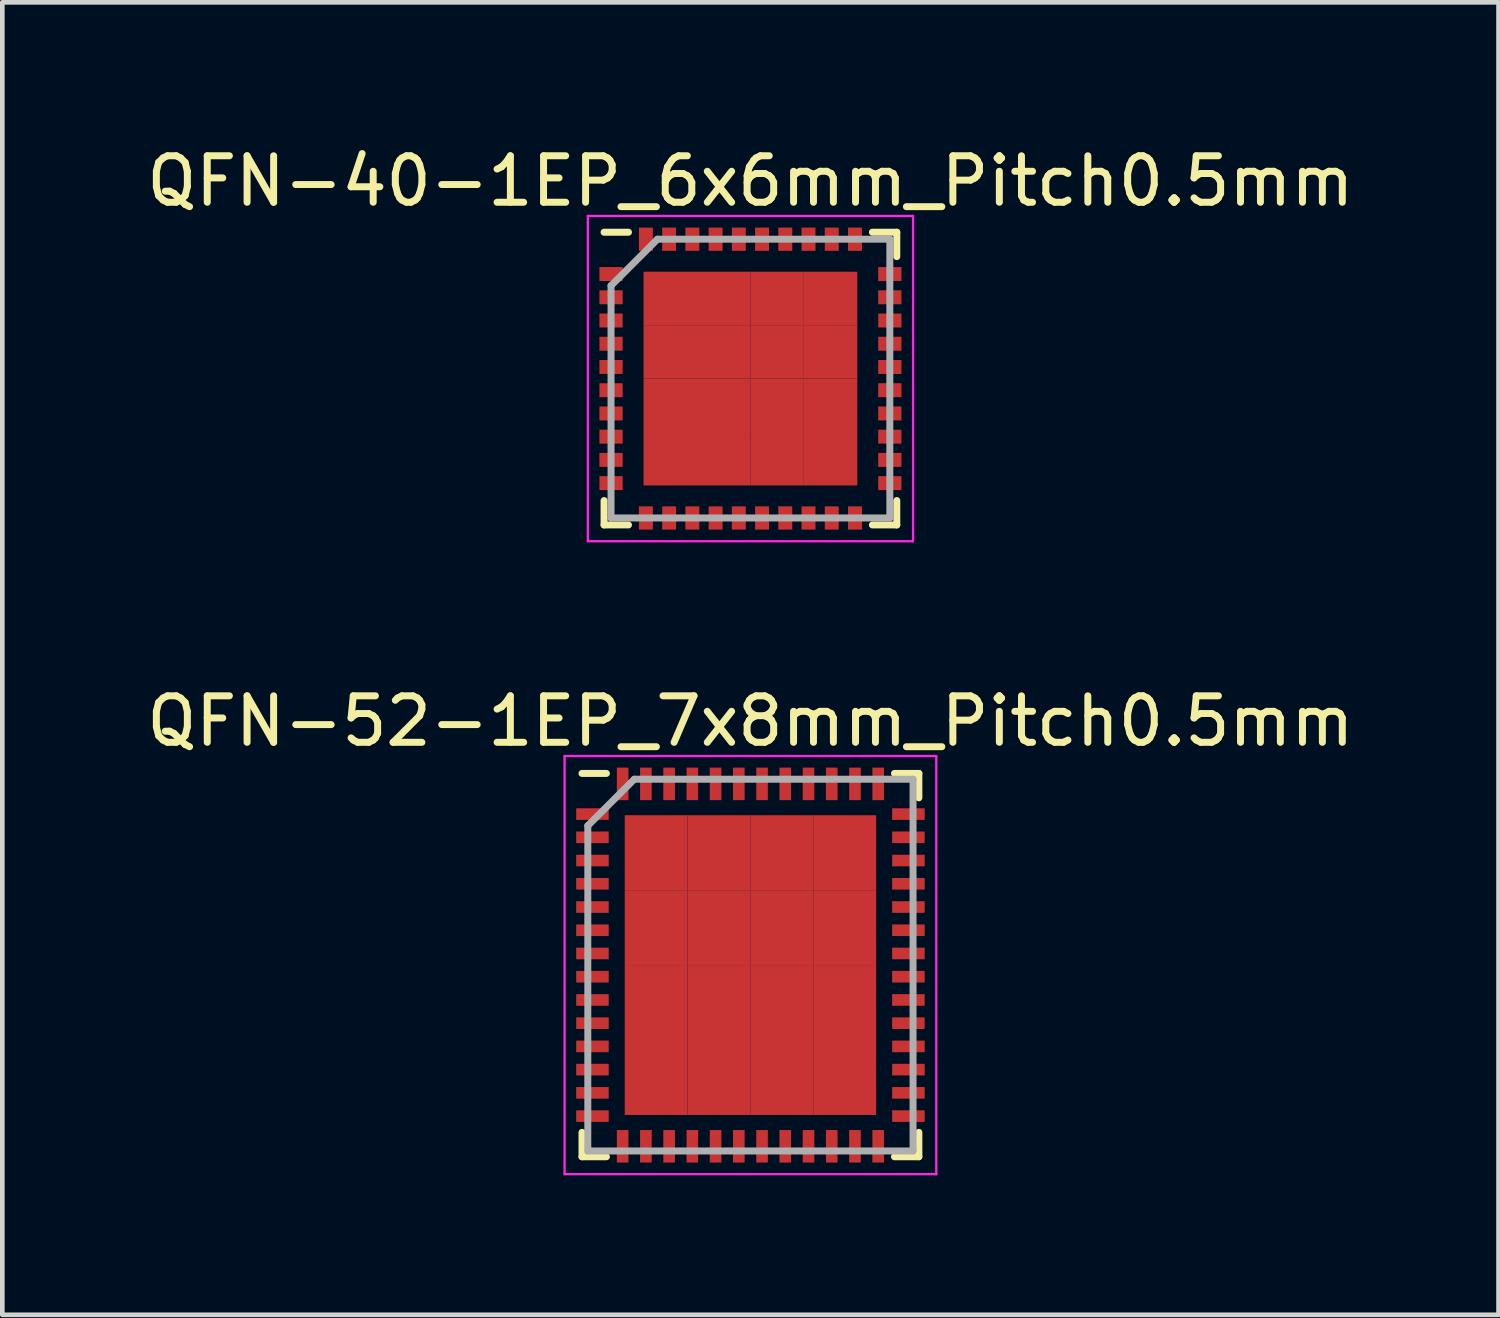
<source format=kicad_pcb>
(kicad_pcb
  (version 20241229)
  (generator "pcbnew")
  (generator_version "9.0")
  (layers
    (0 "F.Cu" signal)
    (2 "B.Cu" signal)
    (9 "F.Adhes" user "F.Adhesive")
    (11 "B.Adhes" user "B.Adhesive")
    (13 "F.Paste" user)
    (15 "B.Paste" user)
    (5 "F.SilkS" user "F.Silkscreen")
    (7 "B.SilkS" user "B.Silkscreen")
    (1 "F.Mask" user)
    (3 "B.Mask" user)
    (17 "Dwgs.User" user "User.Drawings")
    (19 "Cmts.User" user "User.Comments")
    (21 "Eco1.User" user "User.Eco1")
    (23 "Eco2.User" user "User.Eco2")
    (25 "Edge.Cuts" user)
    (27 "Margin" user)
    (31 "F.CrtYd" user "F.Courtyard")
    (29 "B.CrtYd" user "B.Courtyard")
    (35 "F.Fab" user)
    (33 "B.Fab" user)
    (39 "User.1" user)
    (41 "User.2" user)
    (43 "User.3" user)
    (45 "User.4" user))
  (footprint "QFN-52-1EP_7x8mm_Pitch0.5mm"
    (layer "F.Cu")
    (at 13.101 17.721)
    (property "Reference" "QFN-52-1EP_7x8mm_Pitch0.5mm" (at 0 -5.25 0) (layer "F.SilkS") (effects (font (size 1 1) (thickness 0.15))))
    (attr smd)
    (fp_line (start -3.625 -4.125) (end -3.1 -4.125) (stroke (width 0.15) (type solid)) (layer "F.SilkS"))
    (fp_line (start -3.625 4.125) (end -3.625 3.6) (stroke (width 0.15) (type solid)) (layer "F.SilkS"))
    (fp_line (start -3.625 4.125) (end -3.1 4.125) (stroke (width 0.15) (type solid)) (layer "F.SilkS"))
    (fp_line (start 3.625 -4.125) (end 3.1 -4.125) (stroke (width 0.15) (type solid)) (layer "F.SilkS"))
    (fp_line (start 3.625 -4.125) (end 3.625 -3.6) (stroke (width 0.15) (type solid)) (layer "F.SilkS"))
    (fp_line (start 3.625 4.125) (end 3.1 4.125) (stroke (width 0.15) (type solid)) (layer "F.SilkS"))
    (fp_line (start 3.625 4.125) (end 3.625 3.6) (stroke (width 0.15) (type solid)) (layer "F.SilkS"))
    (fp_line (start -4 -4.5) (end -4 4.5) (stroke (width 0.05) (type solid)) (layer "F.CrtYd"))
    (fp_line (start -4 -4.5) (end 4 -4.5) (stroke (width 0.05) (type solid)) (layer "F.CrtYd"))
    (fp_line (start -4 4.5) (end 4 4.5) (stroke (width 0.05) (type solid)) (layer "F.CrtYd"))
    (fp_line (start 4 -4.5) (end 4 4.5) (stroke (width 0.05) (type solid)) (layer "F.CrtYd"))
    (fp_line (start -3.5 -3) (end -2.5 -4) (stroke (width 0.15) (type solid)) (layer "F.Fab"))
    (fp_line (start -3.5 4) (end -3.5 -3) (stroke (width 0.15) (type solid)) (layer "F.Fab"))
    (fp_line (start -2.5 -4) (end 3.5 -4) (stroke (width 0.15) (type solid)) (layer "F.Fab"))
    (fp_line (start 3.5 -4) (end 3.5 4) (stroke (width 0.15) (type solid)) (layer "F.Fab"))
    (fp_line (start 3.5 4) (end -3.5 4) (stroke (width 0.15) (type solid)) (layer "F.Fab"))
    (pad "1" smd rect (at -3.4 -3.25) (size 0.7 0.25) (layers "F.Cu" "F.Mask" "F.Paste"))
    (pad "2" smd rect (at -3.4 -2.75) (size 0.7 0.25) (layers "F.Cu" "F.Mask" "F.Paste"))
    (pad "3" smd rect (at -3.4 -2.25) (size 0.7 0.25) (layers "F.Cu" "F.Mask" "F.Paste"))
    (pad "4" smd rect (at -3.4 -1.75) (size 0.7 0.25) (layers "F.Cu" "F.Mask" "F.Paste"))
    (pad "5" smd rect (at -3.4 -1.25) (size 0.7 0.25) (layers "F.Cu" "F.Mask" "F.Paste"))
    (pad "6" smd rect (at -3.4 -0.75) (size 0.7 0.25) (layers "F.Cu" "F.Mask" "F.Paste"))
    (pad "7" smd rect (at -3.4 -0.25) (size 0.7 0.25) (layers "F.Cu" "F.Mask" "F.Paste"))
    (pad "8" smd rect (at -3.4 0.25) (size 0.7 0.25) (layers "F.Cu" "F.Mask" "F.Paste"))
    (pad "9" smd rect (at -3.4 0.75) (size 0.7 0.25) (layers "F.Cu" "F.Mask" "F.Paste"))
    (pad "10" smd rect (at -3.4 1.25) (size 0.7 0.25) (layers "F.Cu" "F.Mask" "F.Paste"))
    (pad "11" smd rect (at -3.4 1.75) (size 0.7 0.25) (layers "F.Cu" "F.Mask" "F.Paste"))
    (pad "12" smd rect (at -3.4 2.25) (size 0.7 0.25) (layers "F.Cu" "F.Mask" "F.Paste"))
    (pad "13" smd rect (at -3.4 2.75) (size 0.7 0.25) (layers "F.Cu" "F.Mask" "F.Paste"))
    (pad "14" smd rect (at -3.4 3.25) (size 0.7 0.25) (layers "F.Cu" "F.Mask" "F.Paste"))
    (pad "15" smd rect (at -2.75 3.9 90) (size 0.7 0.25) (layers "F.Cu" "F.Mask" "F.Paste"))
    (pad "16" smd rect (at -2.25 3.9 90) (size 0.7 0.25) (layers "F.Cu" "F.Mask" "F.Paste"))
    (pad "17" smd rect (at -1.75 3.9 90) (size 0.7 0.25) (layers "F.Cu" "F.Mask" "F.Paste"))
    (pad "18" smd rect (at -1.25 3.9 90) (size 0.7 0.25) (layers "F.Cu" "F.Mask" "F.Paste"))
    (pad "19" smd rect (at -0.75 3.9 90) (size 0.7 0.25) (layers "F.Cu" "F.Mask" "F.Paste"))
    (pad "20" smd rect (at -0.25 3.9 90) (size 0.7 0.25) (layers "F.Cu" "F.Mask" "F.Paste"))
    (pad "21" smd rect (at 0.25 3.9 90) (size 0.7 0.25) (layers "F.Cu" "F.Mask" "F.Paste"))
    (pad "22" smd rect (at 0.75 3.9 90) (size 0.7 0.25) (layers "F.Cu" "F.Mask" "F.Paste"))
    (pad "23" smd rect (at 1.25 3.9 90) (size 0.7 0.25) (layers "F.Cu" "F.Mask" "F.Paste"))
    (pad "24" smd rect (at 1.75 3.9 90) (size 0.7 0.25) (layers "F.Cu" "F.Mask" "F.Paste"))
    (pad "25" smd rect (at 2.25 3.9 90) (size 0.7 0.25) (layers "F.Cu" "F.Mask" "F.Paste"))
    (pad "26" smd rect (at 2.75 3.9 90) (size 0.7 0.25) (layers "F.Cu" "F.Mask" "F.Paste"))
    (pad "27" smd rect (at 3.4 3.25) (size 0.7 0.25) (layers "F.Cu" "F.Mask" "F.Paste"))
    (pad "28" smd rect (at 3.4 2.75) (size 0.7 0.25) (layers "F.Cu" "F.Mask" "F.Paste"))
    (pad "29" smd rect (at 3.4 2.25) (size 0.7 0.25) (layers "F.Cu" "F.Mask" "F.Paste"))
    (pad "30" smd rect (at 3.4 1.75) (size 0.7 0.25) (layers "F.Cu" "F.Mask" "F.Paste"))
    (pad "31" smd rect (at 3.4 1.25) (size 0.7 0.25) (layers "F.Cu" "F.Mask" "F.Paste"))
    (pad "32" smd rect (at 3.4 0.75) (size 0.7 0.25) (layers "F.Cu" "F.Mask" "F.Paste"))
    (pad "33" smd rect (at 3.4 0.25) (size 0.7 0.25) (layers "F.Cu" "F.Mask" "F.Paste"))
    (pad "34" smd rect (at 3.4 -0.25) (size 0.7 0.25) (layers "F.Cu" "F.Mask" "F.Paste"))
    (pad "35" smd rect (at 3.4 -0.75) (size 0.7 0.25) (layers "F.Cu" "F.Mask" "F.Paste"))
    (pad "36" smd rect (at 3.4 -1.25) (size 0.7 0.25) (layers "F.Cu" "F.Mask" "F.Paste"))
    (pad "37" smd rect (at 3.4 -1.75) (size 0.7 0.25) (layers "F.Cu" "F.Mask" "F.Paste"))
    (pad "38" smd rect (at 3.4 -2.25) (size 0.7 0.25) (layers "F.Cu" "F.Mask" "F.Paste"))
    (pad "39" smd rect (at 3.4 -2.75) (size 0.7 0.25) (layers "F.Cu" "F.Mask" "F.Paste"))
    (pad "40" smd rect (at 3.4 -3.25) (size 0.7 0.25) (layers "F.Cu" "F.Mask" "F.Paste"))
    (pad "41" smd rect (at 2.75 -3.9 90) (size 0.7 0.25) (layers "F.Cu" "F.Mask" "F.Paste"))
    (pad "42" smd rect (at 2.25 -3.9 90) (size 0.7 0.25) (layers "F.Cu" "F.Mask" "F.Paste"))
    (pad "43" smd rect (at 1.75 -3.9 90) (size 0.7 0.25) (layers "F.Cu" "F.Mask" "F.Paste"))
    (pad "44" smd rect (at 1.25 -3.9 90) (size 0.7 0.25) (layers "F.Cu" "F.Mask" "F.Paste"))
    (pad "45" smd rect (at 0.75 -3.9 90) (size 0.7 0.25) (layers "F.Cu" "F.Mask" "F.Paste"))
    (pad "46" smd rect (at 0.25 -3.9 90) (size 0.7 0.25) (layers "F.Cu" "F.Mask" "F.Paste"))
    (pad "47" smd rect (at -0.25 -3.9 90) (size 0.7 0.25) (layers "F.Cu" "F.Mask" "F.Paste"))
    (pad "48" smd rect (at -0.75 -3.9 90) (size 0.7 0.25) (layers "F.Cu" "F.Mask" "F.Paste"))
    (pad "49" smd rect (at -1.25 -3.9 90) (size 0.7 0.25) (layers "F.Cu" "F.Mask" "F.Paste"))
    (pad "50" smd rect (at -1.75 -3.9 90) (size 0.7 0.25) (layers "F.Cu" "F.Mask" "F.Paste"))
    (pad "51" smd rect (at -2.25 -3.9 90) (size 0.7 0.25) (layers "F.Cu" "F.Mask" "F.Paste"))
    (pad "52" smd rect (at -2.75 -3.9 90) (size 0.7 0.25) (layers "F.Cu" "F.Mask" "F.Paste"))
    (pad "53" smd rect (at -2.029 -2.419) (size 1.353 1.613) (layers "F.Cu" "F.Mask" "F.Paste"))
    (pad "53" smd rect (at -2.029 -0.806) (size 1.353 1.613) (layers "F.Cu" "F.Mask" "F.Paste"))
    (pad "53" smd rect (at -2.029 0.806) (size 1.353 1.613) (layers "F.Cu" "F.Mask" "F.Paste"))
    (pad "53" smd rect (at -2.029 2.419) (size 1.353 1.613) (layers "F.Cu" "F.Mask" "F.Paste"))
    (pad "53" smd rect (at -0.676 -2.419) (size 1.353 1.613) (layers "F.Cu" "F.Mask" "F.Paste"))
    (pad "53" smd rect (at -0.676 -0.806) (size 1.353 1.613) (layers "F.Cu" "F.Mask" "F.Paste"))
    (pad "53" smd rect (at -0.676 0.806) (size 1.353 1.613) (layers "F.Cu" "F.Mask" "F.Paste"))
    (pad "53" smd rect (at -0.676 2.419) (size 1.353 1.613) (layers "F.Cu" "F.Mask" "F.Paste"))
    (pad "53" smd rect (at 0.676 -2.419) (size 1.353 1.613) (layers "F.Cu" "F.Mask" "F.Paste"))
    (pad "53" smd rect (at 0.676 -0.806) (size 1.353 1.613) (layers "F.Cu" "F.Mask" "F.Paste"))
    (pad "53" smd rect (at 0.676 0.806) (size 1.353 1.613) (layers "F.Cu" "F.Mask" "F.Paste"))
    (pad "53" smd rect (at 0.676 2.419) (size 1.353 1.613) (layers "F.Cu" "F.Mask" "F.Paste"))
    (pad "53" smd rect (at 2.029 -2.419) (size 1.353 1.613) (layers "F.Cu" "F.Mask" "F.Paste"))
    (pad "53" smd rect (at 2.029 -0.806) (size 1.353 1.613) (layers "F.Cu" "F.Mask" "F.Paste"))
    (pad "53" smd rect (at 2.029 0.806) (size 1.353 1.613) (layers "F.Cu" "F.Mask" "F.Paste"))
    (pad "53" smd rect (at 2.029 2.419) (size 1.353 1.613) (layers "F.Cu" "F.Mask" "F.Paste")))
  (footprint "QFN-40-1EP_6x6mm_Pitch0.5mm"
    (layer "F.Cu")
    (at 13.101 5.098)
    (property "Reference" "QFN-40-1EP_6x6mm_Pitch0.5mm" (at 0 -4.25 0) (layer "F.SilkS") (effects (font (size 1 1) (thickness 0.15))))
    (attr smd)
    (fp_line (start -3.15 -3.15) (end -2.625 -3.15) (stroke (width 0.15) (type solid)) (layer "F.SilkS"))
    (fp_line (start -3.15 3.15) (end -3.15 2.625) (stroke (width 0.15) (type solid)) (layer "F.SilkS"))
    (fp_line (start -3.15 3.15) (end -2.625 3.15) (stroke (width 0.15) (type solid)) (layer "F.SilkS"))
    (fp_line (start 3.15 -3.15) (end 2.625 -3.15) (stroke (width 0.15) (type solid)) (layer "F.SilkS"))
    (fp_line (start 3.15 -3.15) (end 3.15 -2.625) (stroke (width 0.15) (type solid)) (layer "F.SilkS"))
    (fp_line (start 3.15 3.15) (end 2.625 3.15) (stroke (width 0.15) (type solid)) (layer "F.SilkS"))
    (fp_line (start 3.15 3.15) (end 3.15 2.625) (stroke (width 0.15) (type solid)) (layer "F.SilkS"))
    (fp_line (start -3.5 -3.5) (end -3.5 3.5) (stroke (width 0.05) (type solid)) (layer "F.CrtYd"))
    (fp_line (start -3.5 -3.5) (end 3.5 -3.5) (stroke (width 0.05) (type solid)) (layer "F.CrtYd"))
    (fp_line (start -3.5 3.5) (end 3.5 3.5) (stroke (width 0.05) (type solid)) (layer "F.CrtYd"))
    (fp_line (start 3.5 -3.5) (end 3.5 3.5) (stroke (width 0.05) (type solid)) (layer "F.CrtYd"))
    (fp_line (start -3 -2) (end -2 -3) (stroke (width 0.15) (type solid)) (layer "F.Fab"))
    (fp_line (start -3 3) (end -3 -2) (stroke (width 0.15) (type solid)) (layer "F.Fab"))
    (fp_line (start -2 -3) (end 3 -3) (stroke (width 0.15) (type solid)) (layer "F.Fab"))
    (fp_line (start 3 -3) (end 3 3) (stroke (width 0.15) (type solid)) (layer "F.Fab"))
    (fp_line (start 3 3) (end -3 3) (stroke (width 0.15) (type solid)) (layer "F.Fab"))
    (pad "1" smd rect (at -3 -2.25) (size 0.5 0.3) (layers "F.Cu" "F.Mask" "F.Paste"))
    (pad "2" smd rect (at -3 -1.75) (size 0.5 0.3) (layers "F.Cu" "F.Mask" "F.Paste"))
    (pad "3" smd rect (at -3 -1.25) (size 0.5 0.3) (layers "F.Cu" "F.Mask" "F.Paste"))
    (pad "4" smd rect (at -3 -0.75) (size 0.5 0.3) (layers "F.Cu" "F.Mask" "F.Paste"))
    (pad "5" smd rect (at -3 -0.25) (size 0.5 0.3) (layers "F.Cu" "F.Mask" "F.Paste"))
    (pad "6" smd rect (at -3 0.25) (size 0.5 0.3) (layers "F.Cu" "F.Mask" "F.Paste"))
    (pad "7" smd rect (at -3 0.75) (size 0.5 0.3) (layers "F.Cu" "F.Mask" "F.Paste"))
    (pad "8" smd rect (at -3 1.25) (size 0.5 0.3) (layers "F.Cu" "F.Mask" "F.Paste"))
    (pad "9" smd rect (at -3 1.75) (size 0.5 0.3) (layers "F.Cu" "F.Mask" "F.Paste"))
    (pad "10" smd rect (at -3 2.25) (size 0.5 0.3) (layers "F.Cu" "F.Mask" "F.Paste"))
    (pad "11" smd rect (at -2.25 3 90) (size 0.5 0.3) (layers "F.Cu" "F.Mask" "F.Paste"))
    (pad "12" smd rect (at -1.75 3 90) (size 0.5 0.3) (layers "F.Cu" "F.Mask" "F.Paste"))
    (pad "13" smd rect (at -1.25 3 90) (size 0.5 0.3) (layers "F.Cu" "F.Mask" "F.Paste"))
    (pad "14" smd rect (at -0.75 3 90) (size 0.5 0.3) (layers "F.Cu" "F.Mask" "F.Paste"))
    (pad "15" smd rect (at -0.25 3 90) (size 0.5 0.3) (layers "F.Cu" "F.Mask" "F.Paste"))
    (pad "16" smd rect (at 0.25 3 90) (size 0.5 0.3) (layers "F.Cu" "F.Mask" "F.Paste"))
    (pad "17" smd rect (at 0.75 3 90) (size 0.5 0.3) (layers "F.Cu" "F.Mask" "F.Paste"))
    (pad "18" smd rect (at 1.25 3 90) (size 0.5 0.3) (layers "F.Cu" "F.Mask" "F.Paste"))
    (pad "19" smd rect (at 1.75 3 90) (size 0.5 0.3) (layers "F.Cu" "F.Mask" "F.Paste"))
    (pad "20" smd rect (at 2.25 3 90) (size 0.5 0.3) (layers "F.Cu" "F.Mask" "F.Paste"))
    (pad "21" smd rect (at 3 2.25) (size 0.5 0.3) (layers "F.Cu" "F.Mask" "F.Paste"))
    (pad "22" smd rect (at 3 1.75) (size 0.5 0.3) (layers "F.Cu" "F.Mask" "F.Paste"))
    (pad "23" smd rect (at 3 1.25) (size 0.5 0.3) (layers "F.Cu" "F.Mask" "F.Paste"))
    (pad "24" smd rect (at 3 0.75) (size 0.5 0.3) (layers "F.Cu" "F.Mask" "F.Paste"))
    (pad "25" smd rect (at 3 0.25) (size 0.5 0.3) (layers "F.Cu" "F.Mask" "F.Paste"))
    (pad "26" smd rect (at 3 -0.25) (size 0.5 0.3) (layers "F.Cu" "F.Mask" "F.Paste"))
    (pad "27" smd rect (at 3 -0.75) (size 0.5 0.3) (layers "F.Cu" "F.Mask" "F.Paste"))
    (pad "28" smd rect (at 3 -1.25) (size 0.5 0.3) (layers "F.Cu" "F.Mask" "F.Paste"))
    (pad "29" smd rect (at 3 -1.75) (size 0.5 0.3) (layers "F.Cu" "F.Mask" "F.Paste"))
    (pad "30" smd rect (at 3 -2.25) (size 0.5 0.3) (layers "F.Cu" "F.Mask" "F.Paste"))
    (pad "31" smd rect (at 2.25 -3 90) (size 0.5 0.3) (layers "F.Cu" "F.Mask" "F.Paste"))
    (pad "32" smd rect (at 1.75 -3 90) (size 0.5 0.3) (layers "F.Cu" "F.Mask" "F.Paste"))
    (pad "33" smd rect (at 1.25 -3 90) (size 0.5 0.3) (layers "F.Cu" "F.Mask" "F.Paste"))
    (pad "34" smd rect (at 0.75 -3 90) (size 0.5 0.3) (layers "F.Cu" "F.Mask" "F.Paste"))
    (pad "35" smd rect (at 0.25 -3 90) (size 0.5 0.3) (layers "F.Cu" "F.Mask" "F.Paste"))
    (pad "36" smd rect (at -0.25 -3 90) (size 0.5 0.3) (layers "F.Cu" "F.Mask" "F.Paste"))
    (pad "37" smd rect (at -0.75 -3 90) (size 0.5 0.3) (layers "F.Cu" "F.Mask" "F.Paste"))
    (pad "38" smd rect (at -1.25 -3 90) (size 0.5 0.3) (layers "F.Cu" "F.Mask" "F.Paste"))
    (pad "39" smd rect (at -1.75 -3 90) (size 0.5 0.3) (layers "F.Cu" "F.Mask" "F.Paste"))
    (pad "40" smd rect (at -2.25 -3 90) (size 0.5 0.3) (layers "F.Cu" "F.Mask" "F.Paste"))
    (pad "41" smd rect (at -1.725 -1.725) (size 1.15 1.15) (layers "F.Cu" "F.Mask" "F.Paste"))
    (pad "41" smd rect (at -1.725 -0.575) (size 1.15 1.15) (layers "F.Cu" "F.Mask" "F.Paste"))
    (pad "41" smd rect (at -1.725 0.575) (size 1.15 1.15) (layers "F.Cu" "F.Mask" "F.Paste"))
    (pad "41" smd rect (at -1.725 1.725) (size 1.15 1.15) (layers "F.Cu" "F.Mask" "F.Paste"))
    (pad "41" smd rect (at -0.575 -1.725) (size 1.15 1.15) (layers "F.Cu" "F.Mask" "F.Paste"))
    (pad "41" smd rect (at -0.575 -0.575) (size 1.15 1.15) (layers "F.Cu" "F.Mask" "F.Paste"))
    (pad "41" smd rect (at -0.575 0.575) (size 1.15 1.15) (layers "F.Cu" "F.Mask" "F.Paste"))
    (pad "41" smd rect (at -0.575 1.725) (size 1.15 1.15) (layers "F.Cu" "F.Mask" "F.Paste"))
    (pad "41" smd rect (at 0.575 -1.725) (size 1.15 1.15) (layers "F.Cu" "F.Mask" "F.Paste"))
    (pad "41" smd rect (at 0.575 -0.575) (size 1.15 1.15) (layers "F.Cu" "F.Mask" "F.Paste"))
    (pad "41" smd rect (at 0.575 0.575) (size 1.15 1.15) (layers "F.Cu" "F.Mask" "F.Paste"))
    (pad "41" smd rect (at 0.575 1.725) (size 1.15 1.15) (layers "F.Cu" "F.Mask" "F.Paste"))
    (pad "41" smd rect (at 1.725 -1.725) (size 1.15 1.15) (layers "F.Cu" "F.Mask" "F.Paste"))
    (pad "41" smd rect (at 1.725 -0.575) (size 1.15 1.15) (layers "F.Cu" "F.Mask" "F.Paste"))
    (pad "41" smd rect (at 1.725 0.575) (size 1.15 1.15) (layers "F.Cu" "F.Mask" "F.Paste"))
    (pad "41" smd rect (at 1.725 1.725) (size 1.15 1.15) (layers "F.Cu" "F.Mask" "F.Paste")))
  (gr_rect
    (start -3 -3)
    (end 29.202 25.247)
    (stroke (width 0.1) (type default))
    (fill no)
    (layer "Edge.Cuts")))
</source>
